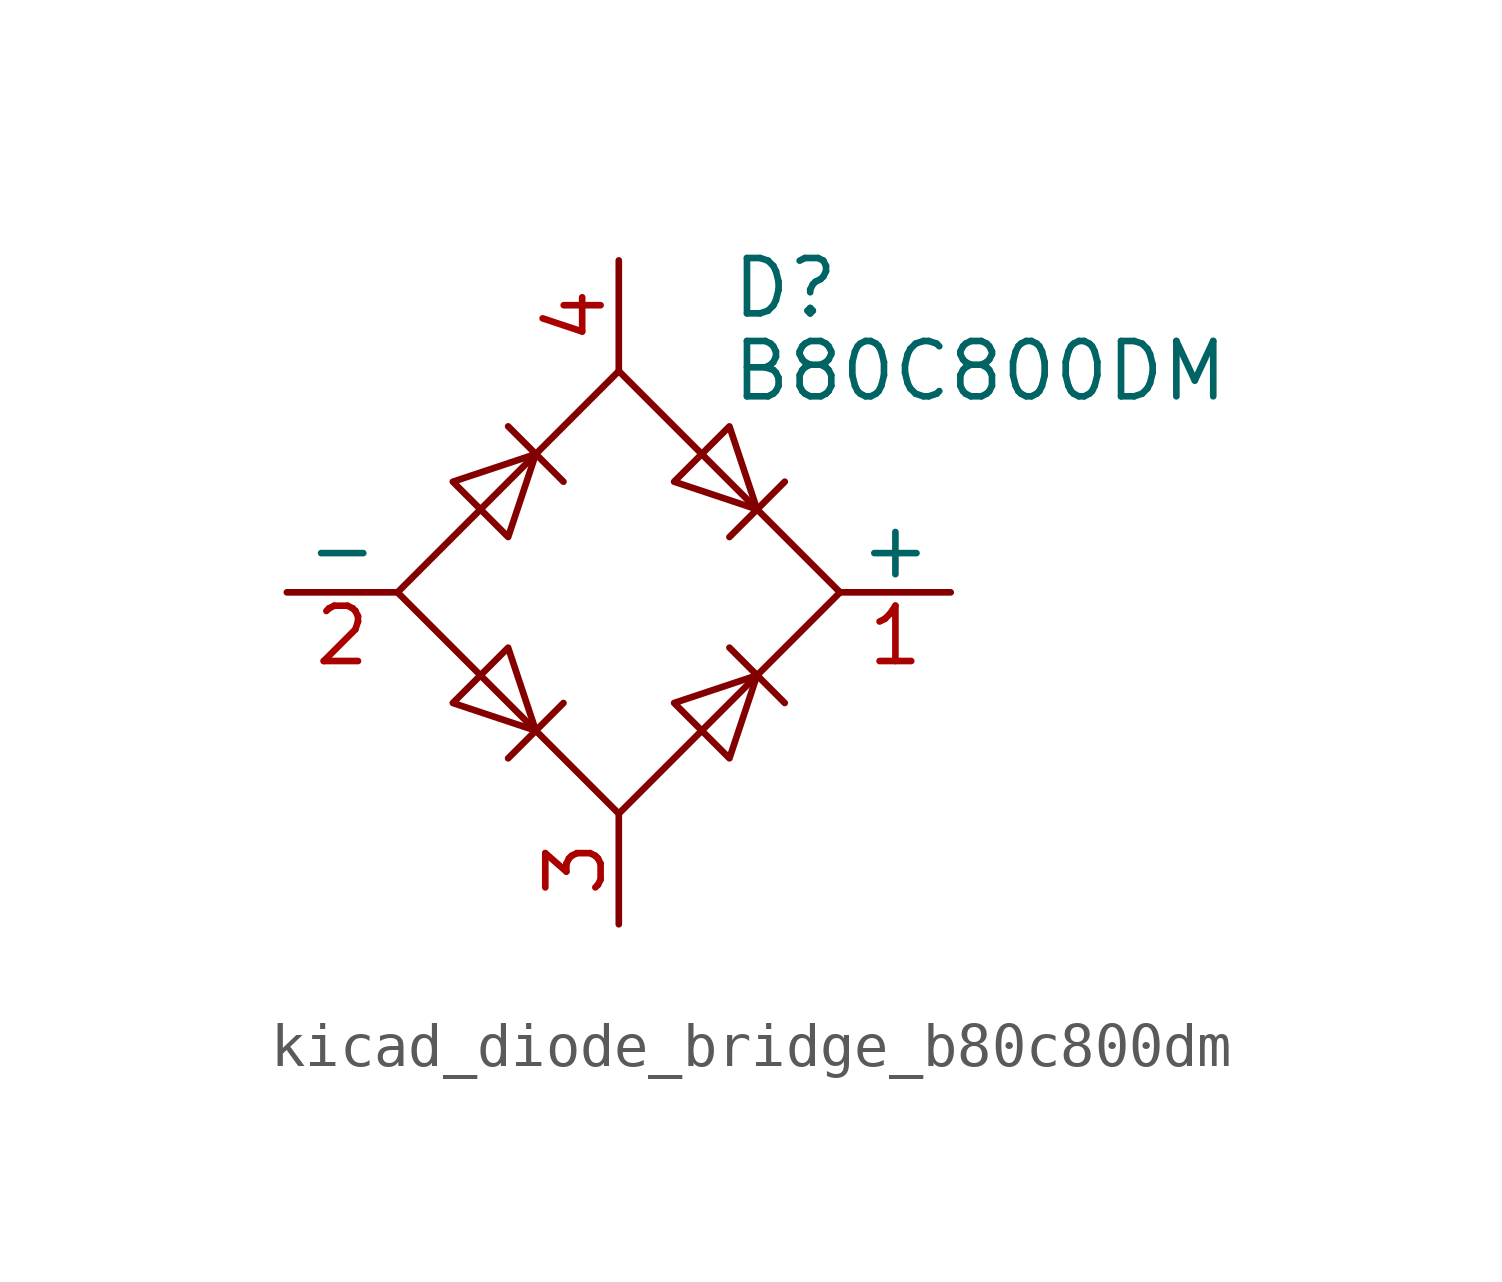
<source format=kicad_sym>
(kicad_symbol_lib
  (version 20220914)
  (generator kicad_symbol_editor)
  (symbol "kicad_diode_bridge_b80c800dm"
    (pin_names
      (offset 0))
    (property "Reference" "D"
      (at 2.54 6.985 0)
      (effects (font (size 1.27 1.27)) (justify left)))
    (property "Value" "B80C800DM"
      (at 2.54 5.08 0)
      (effects (font (size 1.27 1.27)) (justify left)))
    (symbol "kicad_diode_bridge_b80c800dm_0_1"
      (polyline (pts (xy -2.54 3.81) (xy -1.27 2.54)) (stroke (width 0) (type default)) (fill (type none)))
      (polyline (pts (xy -1.27 -2.54) (xy -2.54 -3.81)) (stroke (width 0) (type default)) (fill (type none)))
      (polyline (pts (xy 2.54 -1.27) (xy 3.81 -2.54)) (stroke (width 0) (type default)) (fill (type none)))
      (polyline (pts (xy 2.54 1.27) (xy 3.81 2.54)) (stroke (width 0) (type default)) (fill (type none)))
      (polyline (pts (xy -3.81 2.54) (xy -2.54 1.27) (xy -1.905 3.175) (xy -3.81 2.54)) (stroke (width 0) (type default)) (fill (type none)))
      (polyline (pts (xy -2.54 -1.27) (xy -3.81 -2.54) (xy -1.905 -3.175) (xy -2.54 -1.27)) (stroke (width 0) (type default)) (fill (type none)))
      (polyline (pts (xy 1.27 2.54) (xy 2.54 3.81) (xy 3.175 1.905) (xy 1.27 2.54)) (stroke (width 0) (type default)) (fill (type none)))
      (polyline (pts (xy 3.175 -1.905) (xy 1.27 -2.54) (xy 2.54 -3.81) (xy 3.175 -1.905)) (stroke (width 0) (type default)) (fill (type none)))
      (polyline (pts (xy -5.08 0) (xy 0 -5.08) (xy 5.08 0) (xy 0 5.08) (xy -5.08 0)) (stroke (width 0) (type default)) (fill (type none))))
    (symbol "kicad_diode_bridge_b80c800dm_1_1"
      (pin passive line (at 7.62 0 180) (length 2.54) (name "+" (effects (font (size 1.27 1.27)))) (number "1" (effects (font (size 1.27 1.27)))))
      (pin passive line (at -7.62 0 0) (length 2.54) (name "-" (effects (font (size 1.27 1.27)))) (number "2" (effects (font (size 1.27 1.27)))))
      (pin passive line (at 0 -7.62 90) (length 2.54) (name "~" (effects (font (size 1.27 1.27)))) (number "3" (effects (font (size 1.27 1.27)))))
      (pin passive line (at 0 7.62 270) (length 2.54) (name "~" (effects (font (size 1.27 1.27)))) (number "4" (effects (font (size 1.27 1.27))))))))
</source>
